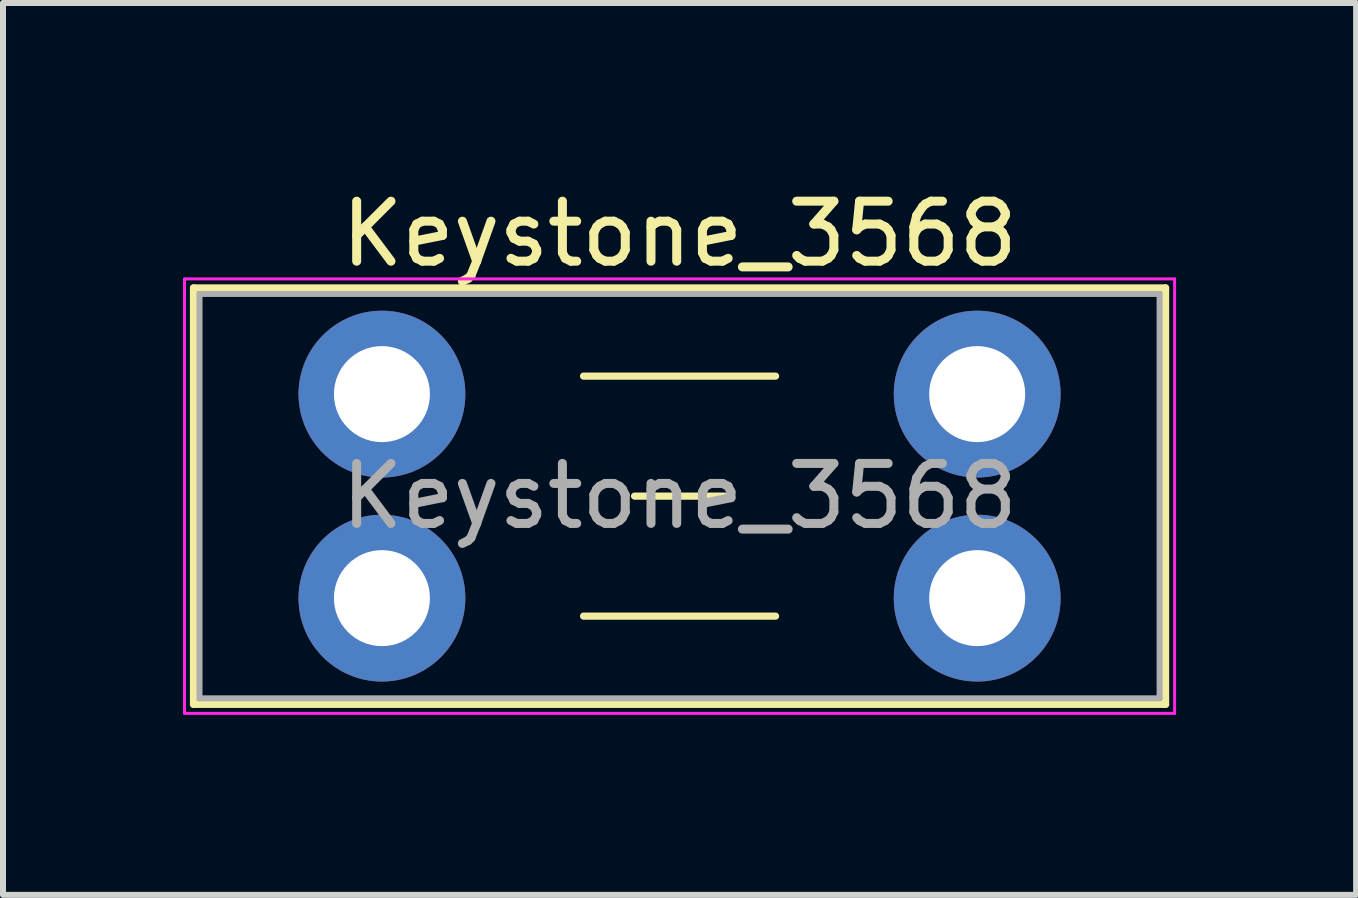
<source format=kicad_pcb>
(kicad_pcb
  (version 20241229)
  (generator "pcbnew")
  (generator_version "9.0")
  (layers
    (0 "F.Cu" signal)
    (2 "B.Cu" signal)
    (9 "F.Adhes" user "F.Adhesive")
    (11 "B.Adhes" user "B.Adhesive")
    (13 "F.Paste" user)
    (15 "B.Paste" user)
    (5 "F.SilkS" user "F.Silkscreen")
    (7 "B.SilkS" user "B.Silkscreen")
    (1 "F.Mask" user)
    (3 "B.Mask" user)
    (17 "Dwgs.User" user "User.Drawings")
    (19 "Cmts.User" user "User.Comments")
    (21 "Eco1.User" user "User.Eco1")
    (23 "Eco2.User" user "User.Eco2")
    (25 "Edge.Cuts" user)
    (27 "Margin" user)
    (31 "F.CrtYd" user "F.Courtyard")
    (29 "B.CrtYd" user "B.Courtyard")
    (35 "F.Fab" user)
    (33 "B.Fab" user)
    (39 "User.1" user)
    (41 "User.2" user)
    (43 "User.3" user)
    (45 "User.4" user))
  (footprint "Keystone_3568"
    (layer "F.Cu")
    (at 3.315 3.518)
    (property "Reference" "Keystone_3568" (at 4.96 -2.67 0) (layer "F.SilkS") (effects (font (size 1 1) (thickness 0.15))))
    (attr through_hole)
    (fp_line (start -3.14 -1.77) (end -3.14 5.17) (stroke (width 0.12) (type solid)) (layer "F.SilkS"))
    (fp_line (start -3.14 5.17) (end 13.06 5.17) (stroke (width 0.12) (type solid)) (layer "F.SilkS"))
    (fp_line (start 3.36 -0.3) (end 6.56 -0.3) (stroke (width 0.12) (type solid)) (layer "F.SilkS"))
    (fp_line (start 4.21 1.7) (end 5.71 1.7) (stroke (width 0.12) (type solid)) (layer "F.SilkS"))
    (fp_line (start 6.56 3.7) (end 3.36 3.7) (stroke (width 0.12) (type solid)) (layer "F.SilkS"))
    (fp_line (start 13.06 -1.77) (end -3.14 -1.77) (stroke (width 0.12) (type solid)) (layer "F.SilkS"))
    (fp_line (start 13.06 5.17) (end 13.06 -1.77) (stroke (width 0.12) (type solid)) (layer "F.SilkS"))
    (fp_line (start -3.29 -1.92) (end -3.29 5.32) (stroke (width 0.05) (type solid)) (layer "F.CrtYd"))
    (fp_line (start -3.29 5.32) (end 13.21 5.32) (stroke (width 0.05) (type solid)) (layer "F.CrtYd"))
    (fp_line (start 13.21 -1.92) (end -3.29 -1.92) (stroke (width 0.05) (type solid)) (layer "F.CrtYd"))
    (fp_line (start 13.21 5.32) (end 13.21 -1.92) (stroke (width 0.05) (type solid)) (layer "F.CrtYd"))
    (fp_line (start -3.04 -1.67) (end -3.04 5.07) (stroke (width 0.1) (type solid)) (layer "F.Fab"))
    (fp_line (start -3.04 5.07) (end 12.96 5.07) (stroke (width 0.1) (type solid)) (layer "F.Fab"))
    (fp_line (start 12.96 -1.67) (end -3.04 -1.67) (stroke (width 0.1) (type solid)) (layer "F.Fab"))
    (fp_line (start 12.96 5.07) (end 12.96 -1.67) (stroke (width 0.1) (type solid)) (layer "F.Fab"))
    (fp_text user "${REFERENCE}" (at 4.96 1.7 0) (layer "F.Fab") (effects (font (size 1 1) (thickness 0.15))))
    (pad "1" thru_hole circle (at 0 0) (size 2.78 2.78) (drill 1.6) (layers "*.Cu" "*.Mask"))
    (pad "1" thru_hole circle (at 0 3.4) (size 2.78 2.78) (drill 1.6) (layers "*.Cu" "*.Mask"))
    (pad "2" thru_hole circle (at 9.92 0) (size 2.78 2.78) (drill 1.6) (layers "*.Cu" "*.Mask"))
    (pad "2" thru_hole circle (at 9.92 3.4) (size 2.78 2.78) (drill 1.6) (layers "*.Cu" "*.Mask")))
  (gr_rect
    (start -3 -3)
    (end 19.55 11.863)
    (stroke (width 0.1) (type default))
    (fill no)
    (layer "Edge.Cuts")))
</source>
